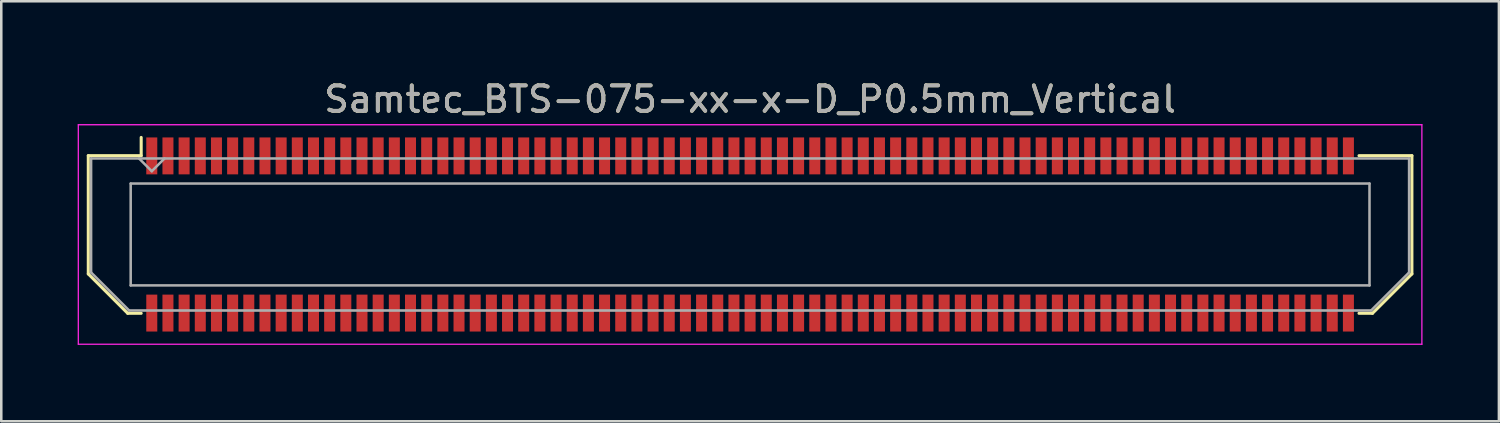
<source format=kicad_pcb>
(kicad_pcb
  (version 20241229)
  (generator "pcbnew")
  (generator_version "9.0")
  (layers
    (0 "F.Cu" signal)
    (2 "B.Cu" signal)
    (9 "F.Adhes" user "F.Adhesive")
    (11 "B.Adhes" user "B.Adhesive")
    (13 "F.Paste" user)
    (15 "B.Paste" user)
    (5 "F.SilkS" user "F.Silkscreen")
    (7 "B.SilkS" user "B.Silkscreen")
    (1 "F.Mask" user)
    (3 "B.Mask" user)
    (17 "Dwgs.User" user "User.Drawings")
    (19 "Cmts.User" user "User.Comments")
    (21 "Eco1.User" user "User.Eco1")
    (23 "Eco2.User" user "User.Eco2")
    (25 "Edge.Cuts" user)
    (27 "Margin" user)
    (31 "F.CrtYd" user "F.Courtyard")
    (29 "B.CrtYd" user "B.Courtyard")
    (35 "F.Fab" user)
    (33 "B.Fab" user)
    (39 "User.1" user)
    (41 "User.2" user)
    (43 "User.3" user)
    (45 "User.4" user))
  (footprint "Samtec_BTS-075-xx-x-D_P0.5mm_Vertical"
    (layer "F.Cu")
    (at 26.405 6.158)
    (property "Reference" "Samtec_BTS-075-xx-x-D_P0.5mm_Vertical" (at 0 -5.31 0) (layer "F.SilkS") (effects (font (size 1 1) (thickness 0.15))))
    (attr smd)
    (fp_line (start -25.988 -3.095) (end -25.988 1.548) (stroke (width 0.12) (type solid)) (layer "F.SilkS"))
    (fp_line (start -25.988 1.548) (end -24.44 3.095) (stroke (width 0.12) (type solid)) (layer "F.SilkS"))
    (fp_line (start -24.44 3.095) (end -23.911 3.095) (stroke (width 0.12) (type solid)) (layer "F.SilkS"))
    (fp_line (start -23.911 -3.811) (end -23.911 -3.095) (stroke (width 0.12) (type solid)) (layer "F.SilkS"))
    (fp_line (start -23.911 -3.095) (end -25.988 -3.095) (stroke (width 0.12) (type solid)) (layer "F.SilkS"))
    (fp_line (start 23.911 -3.095) (end 25.988 -3.095) (stroke (width 0.12) (type solid)) (layer "F.SilkS"))
    (fp_line (start 24.44 3.095) (end 23.911 3.095) (stroke (width 0.12) (type solid)) (layer "F.SilkS"))
    (fp_line (start 25.988 -3.095) (end 25.988 1.548) (stroke (width 0.12) (type solid)) (layer "F.SilkS"))
    (fp_line (start 25.988 1.548) (end 24.44 3.095) (stroke (width 0.12) (type solid)) (layer "F.SilkS"))
    (fp_line (start -26.38 -4.31) (end -26.38 4.31) (stroke (width 0.05) (type solid)) (layer "F.CrtYd"))
    (fp_line (start -26.38 4.31) (end 26.38 4.31) (stroke (width 0.05) (type solid)) (layer "F.CrtYd"))
    (fp_line (start 26.38 -4.31) (end -26.38 -4.31) (stroke (width 0.05) (type solid)) (layer "F.CrtYd"))
    (fp_line (start 26.38 4.31) (end 26.38 -4.31) (stroke (width 0.05) (type solid)) (layer "F.CrtYd"))
    (fp_line (start -25.878 -2.985) (end -25.878 1.492) (stroke (width 0.1) (type solid)) (layer "F.Fab"))
    (fp_line (start -25.878 -2.985) (end 25.878 -2.985) (stroke (width 0.1) (type solid)) (layer "F.Fab"))
    (fp_line (start -25.878 1.492) (end -24.385 2.985) (stroke (width 0.1) (type solid)) (layer "F.Fab"))
    (fp_line (start -24.385 2.985) (end 24.385 2.985) (stroke (width 0.1) (type solid)) (layer "F.Fab"))
    (fp_line (start -24.323 -2) (end -24.323 2) (stroke (width 0.1) (type solid)) (layer "F.Fab"))
    (fp_line (start -24.323 2) (end 24.323 2) (stroke (width 0.1) (type solid)) (layer "F.Fab"))
    (fp_line (start -23.495 -2.485) (end -23.995 -2.985) (stroke (width 0.1) (type solid)) (layer "F.Fab"))
    (fp_line (start -22.995 -2.985) (end -23.495 -2.485) (stroke (width 0.1) (type solid)) (layer "F.Fab"))
    (fp_line (start 24.323 -2) (end -24.323 -2) (stroke (width 0.1) (type solid)) (layer "F.Fab"))
    (fp_line (start 24.323 2) (end 24.323 -2) (stroke (width 0.1) (type solid)) (layer "F.Fab"))
    (fp_line (start 25.878 -2.985) (end 25.878 1.492) (stroke (width 0.1) (type solid)) (layer "F.Fab"))
    (fp_line (start 25.878 1.492) (end 24.385 2.985) (stroke (width 0.1) (type solid)) (layer "F.Fab"))
    (fp_text user "${REFERENCE}" (at 0 -5.31 0) (layer "F.Fab") (effects (font (size 1 1) (thickness 0.15))))
    (pad "1" smd rect (at -23.495 -3.086) (size 0.432 1.45) (layers "F.Cu" "F.Mask" "F.Paste"))
    (pad "2" smd rect (at -23.495 3.086) (size 0.432 1.45) (layers "F.Cu" "F.Mask" "F.Paste"))
    (pad "3" smd rect (at -22.86 -3.086) (size 0.432 1.45) (layers "F.Cu" "F.Mask" "F.Paste"))
    (pad "4" smd rect (at -22.86 3.086) (size 0.432 1.45) (layers "F.Cu" "F.Mask" "F.Paste"))
    (pad "5" smd rect (at -22.225 -3.086) (size 0.432 1.45) (layers "F.Cu" "F.Mask" "F.Paste"))
    (pad "6" smd rect (at -22.225 3.086) (size 0.432 1.45) (layers "F.Cu" "F.Mask" "F.Paste"))
    (pad "7" smd rect (at -21.59 -3.086) (size 0.432 1.45) (layers "F.Cu" "F.Mask" "F.Paste"))
    (pad "8" smd rect (at -21.59 3.086) (size 0.432 1.45) (layers "F.Cu" "F.Mask" "F.Paste"))
    (pad "9" smd rect (at -20.955 -3.086) (size 0.432 1.45) (layers "F.Cu" "F.Mask" "F.Paste"))
    (pad "10" smd rect (at -20.955 3.086) (size 0.432 1.45) (layers "F.Cu" "F.Mask" "F.Paste"))
    (pad "11" smd rect (at -20.32 -3.086) (size 0.432 1.45) (layers "F.Cu" "F.Mask" "F.Paste"))
    (pad "12" smd rect (at -20.32 3.086) (size 0.432 1.45) (layers "F.Cu" "F.Mask" "F.Paste"))
    (pad "13" smd rect (at -19.685 -3.086) (size 0.432 1.45) (layers "F.Cu" "F.Mask" "F.Paste"))
    (pad "14" smd rect (at -19.685 3.086) (size 0.432 1.45) (layers "F.Cu" "F.Mask" "F.Paste"))
    (pad "15" smd rect (at -19.05 -3.086) (size 0.432 1.45) (layers "F.Cu" "F.Mask" "F.Paste"))
    (pad "16" smd rect (at -19.05 3.086) (size 0.432 1.45) (layers "F.Cu" "F.Mask" "F.Paste"))
    (pad "17" smd rect (at -18.415 -3.086) (size 0.432 1.45) (layers "F.Cu" "F.Mask" "F.Paste"))
    (pad "18" smd rect (at -18.415 3.086) (size 0.432 1.45) (layers "F.Cu" "F.Mask" "F.Paste"))
    (pad "19" smd rect (at -17.78 -3.086) (size 0.432 1.45) (layers "F.Cu" "F.Mask" "F.Paste"))
    (pad "20" smd rect (at -17.78 3.086) (size 0.432 1.45) (layers "F.Cu" "F.Mask" "F.Paste"))
    (pad "21" smd rect (at -17.145 -3.086) (size 0.432 1.45) (layers "F.Cu" "F.Mask" "F.Paste"))
    (pad "22" smd rect (at -17.145 3.086) (size 0.432 1.45) (layers "F.Cu" "F.Mask" "F.Paste"))
    (pad "23" smd rect (at -16.51 -3.086) (size 0.432 1.45) (layers "F.Cu" "F.Mask" "F.Paste"))
    (pad "24" smd rect (at -16.51 3.086) (size 0.432 1.45) (layers "F.Cu" "F.Mask" "F.Paste"))
    (pad "25" smd rect (at -15.875 -3.086) (size 0.432 1.45) (layers "F.Cu" "F.Mask" "F.Paste"))
    (pad "26" smd rect (at -15.875 3.086) (size 0.432 1.45) (layers "F.Cu" "F.Mask" "F.Paste"))
    (pad "27" smd rect (at -15.24 -3.086) (size 0.432 1.45) (layers "F.Cu" "F.Mask" "F.Paste"))
    (pad "28" smd rect (at -15.24 3.086) (size 0.432 1.45) (layers "F.Cu" "F.Mask" "F.Paste"))
    (pad "29" smd rect (at -14.605 -3.086) (size 0.432 1.45) (layers "F.Cu" "F.Mask" "F.Paste"))
    (pad "30" smd rect (at -14.605 3.086) (size 0.432 1.45) (layers "F.Cu" "F.Mask" "F.Paste"))
    (pad "31" smd rect (at -13.97 -3.086) (size 0.432 1.45) (layers "F.Cu" "F.Mask" "F.Paste"))
    (pad "32" smd rect (at -13.97 3.086) (size 0.432 1.45) (layers "F.Cu" "F.Mask" "F.Paste"))
    (pad "33" smd rect (at -13.335 -3.086) (size 0.432 1.45) (layers "F.Cu" "F.Mask" "F.Paste"))
    (pad "34" smd rect (at -13.335 3.086) (size 0.432 1.45) (layers "F.Cu" "F.Mask" "F.Paste"))
    (pad "35" smd rect (at -12.7 -3.086) (size 0.432 1.45) (layers "F.Cu" "F.Mask" "F.Paste"))
    (pad "36" smd rect (at -12.7 3.086) (size 0.432 1.45) (layers "F.Cu" "F.Mask" "F.Paste"))
    (pad "37" smd rect (at -12.065 -3.086) (size 0.432 1.45) (layers "F.Cu" "F.Mask" "F.Paste"))
    (pad "38" smd rect (at -12.065 3.086) (size 0.432 1.45) (layers "F.Cu" "F.Mask" "F.Paste"))
    (pad "39" smd rect (at -11.43 -3.086) (size 0.432 1.45) (layers "F.Cu" "F.Mask" "F.Paste"))
    (pad "40" smd rect (at -11.43 3.086) (size 0.432 1.45) (layers "F.Cu" "F.Mask" "F.Paste"))
    (pad "41" smd rect (at -10.795 -3.086) (size 0.432 1.45) (layers "F.Cu" "F.Mask" "F.Paste"))
    (pad "42" smd rect (at -10.795 3.086) (size 0.432 1.45) (layers "F.Cu" "F.Mask" "F.Paste"))
    (pad "43" smd rect (at -10.16 -3.086) (size 0.432 1.45) (layers "F.Cu" "F.Mask" "F.Paste"))
    (pad "44" smd rect (at -10.16 3.086) (size 0.432 1.45) (layers "F.Cu" "F.Mask" "F.Paste"))
    (pad "45" smd rect (at -9.525 -3.086) (size 0.432 1.45) (layers "F.Cu" "F.Mask" "F.Paste"))
    (pad "46" smd rect (at -9.525 3.086) (size 0.432 1.45) (layers "F.Cu" "F.Mask" "F.Paste"))
    (pad "47" smd rect (at -8.89 -3.086) (size 0.432 1.45) (layers "F.Cu" "F.Mask" "F.Paste"))
    (pad "48" smd rect (at -8.89 3.086) (size 0.432 1.45) (layers "F.Cu" "F.Mask" "F.Paste"))
    (pad "49" smd rect (at -8.255 -3.086) (size 0.432 1.45) (layers "F.Cu" "F.Mask" "F.Paste"))
    (pad "50" smd rect (at -8.255 3.086) (size 0.432 1.45) (layers "F.Cu" "F.Mask" "F.Paste"))
    (pad "51" smd rect (at -7.62 -3.086) (size 0.432 1.45) (layers "F.Cu" "F.Mask" "F.Paste"))
    (pad "52" smd rect (at -7.62 3.086) (size 0.432 1.45) (layers "F.Cu" "F.Mask" "F.Paste"))
    (pad "53" smd rect (at -6.985 -3.086) (size 0.432 1.45) (layers "F.Cu" "F.Mask" "F.Paste"))
    (pad "54" smd rect (at -6.985 3.086) (size 0.432 1.45) (layers "F.Cu" "F.Mask" "F.Paste"))
    (pad "55" smd rect (at -6.35 -3.086) (size 0.432 1.45) (layers "F.Cu" "F.Mask" "F.Paste"))
    (pad "56" smd rect (at -6.35 3.086) (size 0.432 1.45) (layers "F.Cu" "F.Mask" "F.Paste"))
    (pad "57" smd rect (at -5.715 -3.086) (size 0.432 1.45) (layers "F.Cu" "F.Mask" "F.Paste"))
    (pad "58" smd rect (at -5.715 3.086) (size 0.432 1.45) (layers "F.Cu" "F.Mask" "F.Paste"))
    (pad "59" smd rect (at -5.08 -3.086) (size 0.432 1.45) (layers "F.Cu" "F.Mask" "F.Paste"))
    (pad "60" smd rect (at -5.08 3.086) (size 0.432 1.45) (layers "F.Cu" "F.Mask" "F.Paste"))
    (pad "61" smd rect (at -4.445 -3.086) (size 0.432 1.45) (layers "F.Cu" "F.Mask" "F.Paste"))
    (pad "62" smd rect (at -4.445 3.086) (size 0.432 1.45) (layers "F.Cu" "F.Mask" "F.Paste"))
    (pad "63" smd rect (at -3.81 -3.086) (size 0.432 1.45) (layers "F.Cu" "F.Mask" "F.Paste"))
    (pad "64" smd rect (at -3.81 3.086) (size 0.432 1.45) (layers "F.Cu" "F.Mask" "F.Paste"))
    (pad "65" smd rect (at -3.175 -3.086) (size 0.432 1.45) (layers "F.Cu" "F.Mask" "F.Paste"))
    (pad "66" smd rect (at -3.175 3.086) (size 0.432 1.45) (layers "F.Cu" "F.Mask" "F.Paste"))
    (pad "67" smd rect (at -2.54 -3.086) (size 0.432 1.45) (layers "F.Cu" "F.Mask" "F.Paste"))
    (pad "68" smd rect (at -2.54 3.086) (size 0.432 1.45) (layers "F.Cu" "F.Mask" "F.Paste"))
    (pad "69" smd rect (at -1.905 -3.086) (size 0.432 1.45) (layers "F.Cu" "F.Mask" "F.Paste"))
    (pad "70" smd rect (at -1.905 3.086) (size 0.432 1.45) (layers "F.Cu" "F.Mask" "F.Paste"))
    (pad "71" smd rect (at -1.27 -3.086) (size 0.432 1.45) (layers "F.Cu" "F.Mask" "F.Paste"))
    (pad "72" smd rect (at -1.27 3.086) (size 0.432 1.45) (layers "F.Cu" "F.Mask" "F.Paste"))
    (pad "73" smd rect (at -0.635 -3.086) (size 0.432 1.45) (layers "F.Cu" "F.Mask" "F.Paste"))
    (pad "74" smd rect (at -0.635 3.086) (size 0.432 1.45) (layers "F.Cu" "F.Mask" "F.Paste"))
    (pad "75" smd rect (at 0 -3.086) (size 0.432 1.45) (layers "F.Cu" "F.Mask" "F.Paste"))
    (pad "76" smd rect (at 0 3.086) (size 0.432 1.45) (layers "F.Cu" "F.Mask" "F.Paste"))
    (pad "77" smd rect (at 0.635 -3.086) (size 0.432 1.45) (layers "F.Cu" "F.Mask" "F.Paste"))
    (pad "78" smd rect (at 0.635 3.086) (size 0.432 1.45) (layers "F.Cu" "F.Mask" "F.Paste"))
    (pad "79" smd rect (at 1.27 -3.086) (size 0.432 1.45) (layers "F.Cu" "F.Mask" "F.Paste"))
    (pad "80" smd rect (at 1.27 3.086) (size 0.432 1.45) (layers "F.Cu" "F.Mask" "F.Paste"))
    (pad "81" smd rect (at 1.905 -3.086) (size 0.432 1.45) (layers "F.Cu" "F.Mask" "F.Paste"))
    (pad "82" smd rect (at 1.905 3.086) (size 0.432 1.45) (layers "F.Cu" "F.Mask" "F.Paste"))
    (pad "83" smd rect (at 2.54 -3.086) (size 0.432 1.45) (layers "F.Cu" "F.Mask" "F.Paste"))
    (pad "84" smd rect (at 2.54 3.086) (size 0.432 1.45) (layers "F.Cu" "F.Mask" "F.Paste"))
    (pad "85" smd rect (at 3.175 -3.086) (size 0.432 1.45) (layers "F.Cu" "F.Mask" "F.Paste"))
    (pad "86" smd rect (at 3.175 3.086) (size 0.432 1.45) (layers "F.Cu" "F.Mask" "F.Paste"))
    (pad "87" smd rect (at 3.81 -3.086) (size 0.432 1.45) (layers "F.Cu" "F.Mask" "F.Paste"))
    (pad "88" smd rect (at 3.81 3.086) (size 0.432 1.45) (layers "F.Cu" "F.Mask" "F.Paste"))
    (pad "89" smd rect (at 4.445 -3.086) (size 0.432 1.45) (layers "F.Cu" "F.Mask" "F.Paste"))
    (pad "90" smd rect (at 4.445 3.086) (size 0.432 1.45) (layers "F.Cu" "F.Mask" "F.Paste"))
    (pad "91" smd rect (at 5.08 -3.086) (size 0.432 1.45) (layers "F.Cu" "F.Mask" "F.Paste"))
    (pad "92" smd rect (at 5.08 3.086) (size 0.432 1.45) (layers "F.Cu" "F.Mask" "F.Paste"))
    (pad "93" smd rect (at 5.715 -3.086) (size 0.432 1.45) (layers "F.Cu" "F.Mask" "F.Paste"))
    (pad "94" smd rect (at 5.715 3.086) (size 0.432 1.45) (layers "F.Cu" "F.Mask" "F.Paste"))
    (pad "95" smd rect (at 6.35 -3.086) (size 0.432 1.45) (layers "F.Cu" "F.Mask" "F.Paste"))
    (pad "96" smd rect (at 6.35 3.086) (size 0.432 1.45) (layers "F.Cu" "F.Mask" "F.Paste"))
    (pad "97" smd rect (at 6.985 -3.086) (size 0.432 1.45) (layers "F.Cu" "F.Mask" "F.Paste"))
    (pad "98" smd rect (at 6.985 3.086) (size 0.432 1.45) (layers "F.Cu" "F.Mask" "F.Paste"))
    (pad "99" smd rect (at 7.62 -3.086) (size 0.432 1.45) (layers "F.Cu" "F.Mask" "F.Paste"))
    (pad "100" smd rect (at 7.62 3.086) (size 0.432 1.45) (layers "F.Cu" "F.Mask" "F.Paste"))
    (pad "101" smd rect (at 8.255 -3.086) (size 0.432 1.45) (layers "F.Cu" "F.Mask" "F.Paste"))
    (pad "102" smd rect (at 8.255 3.086) (size 0.432 1.45) (layers "F.Cu" "F.Mask" "F.Paste"))
    (pad "103" smd rect (at 8.89 -3.086) (size 0.432 1.45) (layers "F.Cu" "F.Mask" "F.Paste"))
    (pad "104" smd rect (at 8.89 3.086) (size 0.432 1.45) (layers "F.Cu" "F.Mask" "F.Paste"))
    (pad "105" smd rect (at 9.525 -3.086) (size 0.432 1.45) (layers "F.Cu" "F.Mask" "F.Paste"))
    (pad "106" smd rect (at 9.525 3.086) (size 0.432 1.45) (layers "F.Cu" "F.Mask" "F.Paste"))
    (pad "107" smd rect (at 10.16 -3.086) (size 0.432 1.45) (layers "F.Cu" "F.Mask" "F.Paste"))
    (pad "108" smd rect (at 10.16 3.086) (size 0.432 1.45) (layers "F.Cu" "F.Mask" "F.Paste"))
    (pad "109" smd rect (at 10.795 -3.086) (size 0.432 1.45) (layers "F.Cu" "F.Mask" "F.Paste"))
    (pad "110" smd rect (at 10.795 3.086) (size 0.432 1.45) (layers "F.Cu" "F.Mask" "F.Paste"))
    (pad "111" smd rect (at 11.43 -3.086) (size 0.432 1.45) (layers "F.Cu" "F.Mask" "F.Paste"))
    (pad "112" smd rect (at 11.43 3.086) (size 0.432 1.45) (layers "F.Cu" "F.Mask" "F.Paste"))
    (pad "113" smd rect (at 12.065 -3.086) (size 0.432 1.45) (layers "F.Cu" "F.Mask" "F.Paste"))
    (pad "114" smd rect (at 12.065 3.086) (size 0.432 1.45) (layers "F.Cu" "F.Mask" "F.Paste"))
    (pad "115" smd rect (at 12.7 -3.086) (size 0.432 1.45) (layers "F.Cu" "F.Mask" "F.Paste"))
    (pad "116" smd rect (at 12.7 3.086) (size 0.432 1.45) (layers "F.Cu" "F.Mask" "F.Paste"))
    (pad "117" smd rect (at 13.335 -3.086) (size 0.432 1.45) (layers "F.Cu" "F.Mask" "F.Paste"))
    (pad "118" smd rect (at 13.335 3.086) (size 0.432 1.45) (layers "F.Cu" "F.Mask" "F.Paste"))
    (pad "119" smd rect (at 13.97 -3.086) (size 0.432 1.45) (layers "F.Cu" "F.Mask" "F.Paste"))
    (pad "120" smd rect (at 13.97 3.086) (size 0.432 1.45) (layers "F.Cu" "F.Mask" "F.Paste"))
    (pad "121" smd rect (at 14.605 -3.086) (size 0.432 1.45) (layers "F.Cu" "F.Mask" "F.Paste"))
    (pad "122" smd rect (at 14.605 3.086) (size 0.432 1.45) (layers "F.Cu" "F.Mask" "F.Paste"))
    (pad "123" smd rect (at 15.24 -3.086) (size 0.432 1.45) (layers "F.Cu" "F.Mask" "F.Paste"))
    (pad "124" smd rect (at 15.24 3.086) (size 0.432 1.45) (layers "F.Cu" "F.Mask" "F.Paste"))
    (pad "125" smd rect (at 15.875 -3.086) (size 0.432 1.45) (layers "F.Cu" "F.Mask" "F.Paste"))
    (pad "126" smd rect (at 15.875 3.086) (size 0.432 1.45) (layers "F.Cu" "F.Mask" "F.Paste"))
    (pad "127" smd rect (at 16.51 -3.086) (size 0.432 1.45) (layers "F.Cu" "F.Mask" "F.Paste"))
    (pad "128" smd rect (at 16.51 3.086) (size 0.432 1.45) (layers "F.Cu" "F.Mask" "F.Paste"))
    (pad "129" smd rect (at 17.145 -3.086) (size 0.432 1.45) (layers "F.Cu" "F.Mask" "F.Paste"))
    (pad "130" smd rect (at 17.145 3.086) (size 0.432 1.45) (layers "F.Cu" "F.Mask" "F.Paste"))
    (pad "131" smd rect (at 17.78 -3.086) (size 0.432 1.45) (layers "F.Cu" "F.Mask" "F.Paste"))
    (pad "132" smd rect (at 17.78 3.086) (size 0.432 1.45) (layers "F.Cu" "F.Mask" "F.Paste"))
    (pad "133" smd rect (at 18.415 -3.086) (size 0.432 1.45) (layers "F.Cu" "F.Mask" "F.Paste"))
    (pad "134" smd rect (at 18.415 3.086) (size 0.432 1.45) (layers "F.Cu" "F.Mask" "F.Paste"))
    (pad "135" smd rect (at 19.05 -3.086) (size 0.432 1.45) (layers "F.Cu" "F.Mask" "F.Paste"))
    (pad "136" smd rect (at 19.05 3.086) (size 0.432 1.45) (layers "F.Cu" "F.Mask" "F.Paste"))
    (pad "137" smd rect (at 19.685 -3.086) (size 0.432 1.45) (layers "F.Cu" "F.Mask" "F.Paste"))
    (pad "138" smd rect (at 19.685 3.086) (size 0.432 1.45) (layers "F.Cu" "F.Mask" "F.Paste"))
    (pad "139" smd rect (at 20.32 -3.086) (size 0.432 1.45) (layers "F.Cu" "F.Mask" "F.Paste"))
    (pad "140" smd rect (at 20.32 3.086) (size 0.432 1.45) (layers "F.Cu" "F.Mask" "F.Paste"))
    (pad "141" smd rect (at 20.955 -3.086) (size 0.432 1.45) (layers "F.Cu" "F.Mask" "F.Paste"))
    (pad "142" smd rect (at 20.955 3.086) (size 0.432 1.45) (layers "F.Cu" "F.Mask" "F.Paste"))
    (pad "143" smd rect (at 21.59 -3.086) (size 0.432 1.45) (layers "F.Cu" "F.Mask" "F.Paste"))
    (pad "144" smd rect (at 21.59 3.086) (size 0.432 1.45) (layers "F.Cu" "F.Mask" "F.Paste"))
    (pad "145" smd rect (at 22.225 -3.086) (size 0.432 1.45) (layers "F.Cu" "F.Mask" "F.Paste"))
    (pad "146" smd rect (at 22.225 3.086) (size 0.432 1.45) (layers "F.Cu" "F.Mask" "F.Paste"))
    (pad "147" smd rect (at 22.86 -3.086) (size 0.432 1.45) (layers "F.Cu" "F.Mask" "F.Paste"))
    (pad "148" smd rect (at 22.86 3.086) (size 0.432 1.45) (layers "F.Cu" "F.Mask" "F.Paste"))
    (pad "149" smd rect (at 23.495 -3.086) (size 0.432 1.45) (layers "F.Cu" "F.Mask" "F.Paste"))
    (pad "150" smd rect (at 23.495 3.086) (size 0.432 1.45) (layers "F.Cu" "F.Mask" "F.Paste")))
  (gr_rect
    (start -3 -3)
    (end 55.81 13.493)
    (stroke (width 0.1) (type default))
    (fill no)
    (layer "Edge.Cuts")))
</source>
